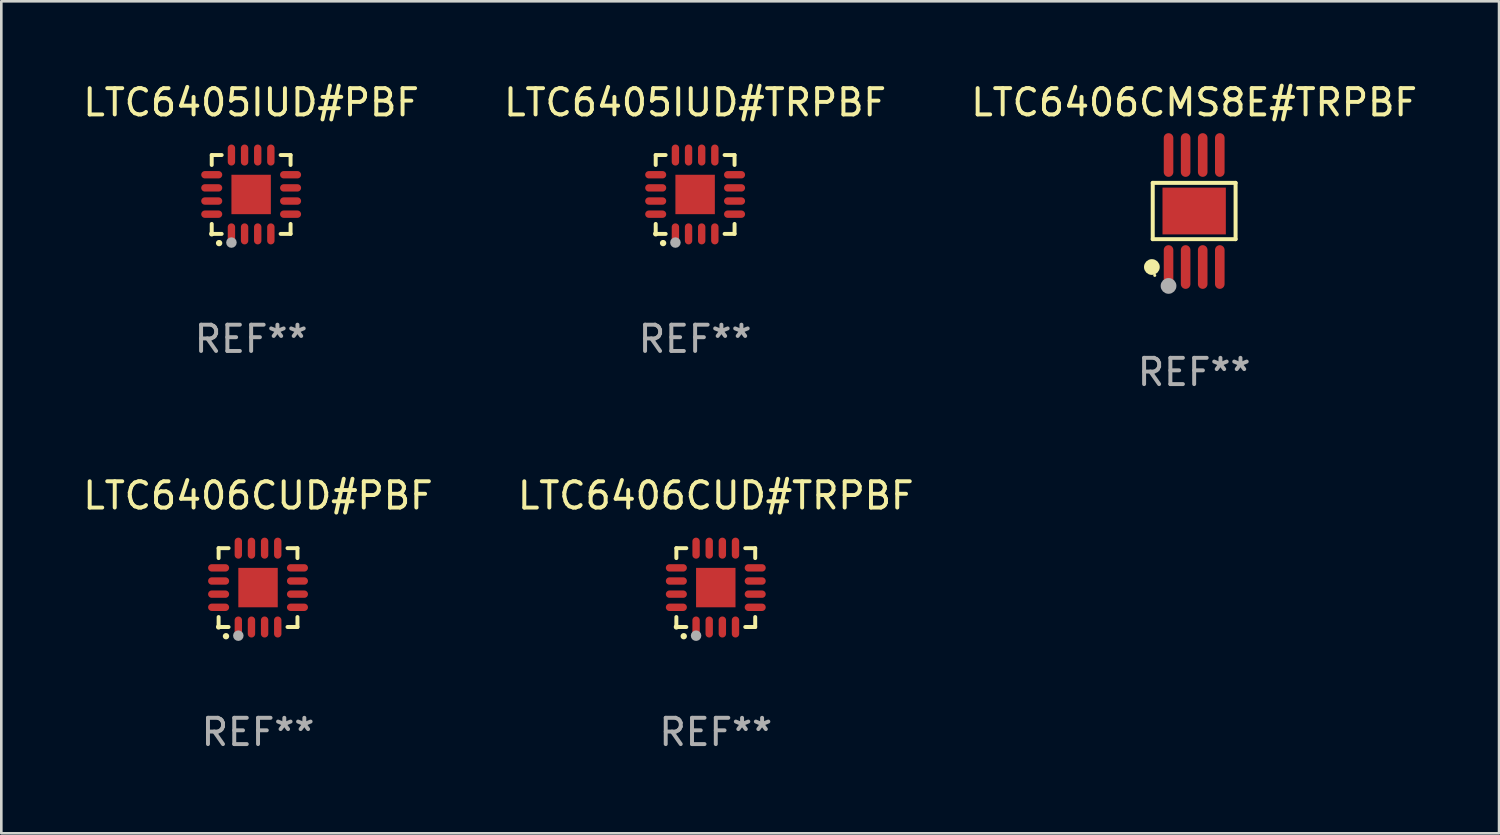
<source format=kicad_pcb>
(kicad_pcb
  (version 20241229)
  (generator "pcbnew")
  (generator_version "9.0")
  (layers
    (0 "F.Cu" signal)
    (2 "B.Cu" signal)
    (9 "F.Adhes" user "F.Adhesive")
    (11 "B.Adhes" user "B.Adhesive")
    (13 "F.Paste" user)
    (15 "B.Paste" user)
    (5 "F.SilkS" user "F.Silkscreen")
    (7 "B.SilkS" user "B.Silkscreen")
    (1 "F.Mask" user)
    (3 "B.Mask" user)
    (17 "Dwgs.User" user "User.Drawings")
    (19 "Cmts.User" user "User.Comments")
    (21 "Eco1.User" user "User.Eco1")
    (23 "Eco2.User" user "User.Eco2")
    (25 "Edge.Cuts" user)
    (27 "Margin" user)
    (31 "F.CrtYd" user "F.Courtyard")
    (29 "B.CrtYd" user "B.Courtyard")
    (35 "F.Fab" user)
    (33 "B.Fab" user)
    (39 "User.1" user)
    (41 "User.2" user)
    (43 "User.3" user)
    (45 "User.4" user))
  (footprint "LTC6406CUD#PBF"
    (layer "F.Cu")
    (at 6.768 19.307)
    (property "Reference" "LTC6406CUD#PBF" (at 0 -3.5 0) (layer "F.SilkS") (effects (font (size 1 1) (thickness 0.15))))
    (attr through_hole)
    (fp_line (start -1.5 -1.5) (end -1.121 -1.5) (stroke (width 0.15) (type solid)) (layer "F.SilkS"))
    (fp_line (start -1.5 -1.122) (end -1.5 -1.5) (stroke (width 0.15) (type solid)) (layer "F.SilkS"))
    (fp_line (start -1.5 1.5) (end -1.5 1.121) (stroke (width 0.15) (type solid)) (layer "F.SilkS"))
    (fp_line (start -1.121 1.5) (end -1.5 1.5) (stroke (width 0.15) (type solid)) (layer "F.SilkS"))
    (fp_line (start 1.121 -1.5) (end 1.5 -1.5) (stroke (width 0.15) (type solid)) (layer "F.SilkS"))
    (fp_line (start 1.5 -1.5) (end 1.5 -1.122) (stroke (width 0.15) (type solid)) (layer "F.SilkS"))
    (fp_line (start 1.5 1.121) (end 1.5 1.5) (stroke (width 0.15) (type solid)) (layer "F.SilkS"))
    (fp_line (start 1.5 1.5) (end 1.121 1.5) (stroke (width 0.15) (type solid)) (layer "F.SilkS"))
    (fp_arc (start -1.219926 1.850254) (mid -1.21891 1.85025) (end -1.217894 1.850254) (stroke (width 0.240005) (type solid)) (layer "F.SilkS"))
    (fp_circle (center -1.5 1.5) (end -1.45 1.5) (stroke (width 0.1) (type solid)) (fill no) (layer "F.SilkS"))
    (fp_circle (center -0.75 1.83) (end -0.65 1.83) (stroke (width 0.2) (type solid)) (fill no) (layer "F.Fab"))
    (fp_text user "REF**" (at 0 5.5 0) (layer "F.Fab") (effects (font (size 1 1) (thickness 0.15))))
    (pad "1" smd oval (at -0.75 1.5) (size 0.28 0.8) (layers "F.Cu" "F.Mask" "F.Paste"))
    (pad "2" smd oval (at -0.25 1.5) (size 0.28 0.8) (layers "F.Cu" "F.Mask" "F.Paste"))
    (pad "3" smd oval (at 0.25 1.5) (size 0.28 0.8) (layers "F.Cu" "F.Mask" "F.Paste"))
    (pad "4" smd oval (at 0.75 1.5) (size 0.28 0.8) (layers "F.Cu" "F.Mask" "F.Paste"))
    (pad "5" smd oval (at 1.5 0.75) (size 0.8 0.28) (layers "F.Cu" "F.Mask" "F.Paste"))
    (pad "6" smd oval (at 1.5 0.25) (size 0.8 0.28) (layers "F.Cu" "F.Mask" "F.Paste"))
    (pad "7" smd oval (at 1.5 -0.25) (size 0.8 0.28) (layers "F.Cu" "F.Mask" "F.Paste"))
    (pad "8" smd oval (at 1.5 -0.75) (size 0.8 0.28) (layers "F.Cu" "F.Mask" "F.Paste"))
    (pad "9" smd oval (at 0.75 -1.5) (size 0.28 0.8) (layers "F.Cu" "F.Mask" "F.Paste"))
    (pad "10" smd oval (at 0.25 -1.5) (size 0.28 0.8) (layers "F.Cu" "F.Mask" "F.Paste"))
    (pad "11" smd oval (at -0.25 -1.5) (size 0.28 0.8) (layers "F.Cu" "F.Mask" "F.Paste"))
    (pad "12" smd oval (at -0.75 -1.5) (size 0.28 0.8) (layers "F.Cu" "F.Mask" "F.Paste"))
    (pad "13" smd oval (at -1.5 -0.75) (size 0.8 0.28) (layers "F.Cu" "F.Mask" "F.Paste"))
    (pad "14" smd oval (at -1.5 -0.25) (size 0.8 0.28) (layers "F.Cu" "F.Mask" "F.Paste"))
    (pad "15" smd oval (at -1.5 0.25) (size 0.8 0.28) (layers "F.Cu" "F.Mask" "F.Paste"))
    (pad "16" smd oval (at -1.5 0.75) (size 0.8 0.28) (layers "F.Cu" "F.Mask" "F.Paste"))
    (pad "17" smd rect (at -0.000064 0.000165) (size 1.5 1.5) (layers "F.Cu" "F.Mask" "F.Paste")))
  (footprint "LTC6405IUD#TRPBF"
    (layer "F.Cu")
    (at 23.399 4.349)
    (property "Reference" "LTC6405IUD#TRPBF" (at 0 -3.5 0) (layer "F.SilkS") (effects (font (size 1 1) (thickness 0.15))))
    (attr through_hole)
    (fp_line (start -1.5 -1.5) (end -1.121 -1.5) (stroke (width 0.15) (type solid)) (layer "F.SilkS"))
    (fp_line (start -1.5 -1.122) (end -1.5 -1.5) (stroke (width 0.15) (type solid)) (layer "F.SilkS"))
    (fp_line (start -1.5 1.5) (end -1.5 1.121) (stroke (width 0.15) (type solid)) (layer "F.SilkS"))
    (fp_line (start -1.121 1.5) (end -1.5 1.5) (stroke (width 0.15) (type solid)) (layer "F.SilkS"))
    (fp_line (start 1.121 -1.5) (end 1.5 -1.5) (stroke (width 0.15) (type solid)) (layer "F.SilkS"))
    (fp_line (start 1.5 -1.5) (end 1.5 -1.122) (stroke (width 0.15) (type solid)) (layer "F.SilkS"))
    (fp_line (start 1.5 1.121) (end 1.5 1.5) (stroke (width 0.15) (type solid)) (layer "F.SilkS"))
    (fp_line (start 1.5 1.5) (end 1.121 1.5) (stroke (width 0.15) (type solid)) (layer "F.SilkS"))
    (fp_arc (start -1.219926 1.850254) (mid -1.21891 1.85025) (end -1.217894 1.850254) (stroke (width 0.240005) (type solid)) (layer "F.SilkS"))
    (fp_circle (center -1.5 1.5) (end -1.45 1.5) (stroke (width 0.1) (type solid)) (fill no) (layer "F.SilkS"))
    (fp_circle (center -0.75 1.83) (end -0.65 1.83) (stroke (width 0.2) (type solid)) (fill no) (layer "F.Fab"))
    (fp_text user "REF**" (at 0 5.5 0) (layer "F.Fab") (effects (font (size 1 1) (thickness 0.15))))
    (pad "1" smd oval (at -0.75 1.5) (size 0.28 0.8) (layers "F.Cu" "F.Mask" "F.Paste"))
    (pad "2" smd oval (at -0.25 1.5) (size 0.28 0.8) (layers "F.Cu" "F.Mask" "F.Paste"))
    (pad "3" smd oval (at 0.25 1.5) (size 0.28 0.8) (layers "F.Cu" "F.Mask" "F.Paste"))
    (pad "4" smd oval (at 0.75 1.5) (size 0.28 0.8) (layers "F.Cu" "F.Mask" "F.Paste"))
    (pad "5" smd oval (at 1.5 0.75) (size 0.8 0.28) (layers "F.Cu" "F.Mask" "F.Paste"))
    (pad "6" smd oval (at 1.5 0.25) (size 0.8 0.28) (layers "F.Cu" "F.Mask" "F.Paste"))
    (pad "7" smd oval (at 1.5 -0.25) (size 0.8 0.28) (layers "F.Cu" "F.Mask" "F.Paste"))
    (pad "8" smd oval (at 1.5 -0.75) (size 0.8 0.28) (layers "F.Cu" "F.Mask" "F.Paste"))
    (pad "9" smd oval (at 0.75 -1.5) (size 0.28 0.8) (layers "F.Cu" "F.Mask" "F.Paste"))
    (pad "10" smd oval (at 0.25 -1.5) (size 0.28 0.8) (layers "F.Cu" "F.Mask" "F.Paste"))
    (pad "11" smd oval (at -0.25 -1.5) (size 0.28 0.8) (layers "F.Cu" "F.Mask" "F.Paste"))
    (pad "12" smd oval (at -0.75 -1.5) (size 0.28 0.8) (layers "F.Cu" "F.Mask" "F.Paste"))
    (pad "13" smd oval (at -1.5 -0.75) (size 0.8 0.28) (layers "F.Cu" "F.Mask" "F.Paste"))
    (pad "14" smd oval (at -1.5 -0.25) (size 0.8 0.28) (layers "F.Cu" "F.Mask" "F.Paste"))
    (pad "15" smd oval (at -1.5 0.25) (size 0.8 0.28) (layers "F.Cu" "F.Mask" "F.Paste"))
    (pad "16" smd oval (at -1.5 0.75) (size 0.8 0.28) (layers "F.Cu" "F.Mask" "F.Paste"))
    (pad "17" smd rect (at -0.000064 0.000165) (size 1.5 1.5) (layers "F.Cu" "F.Mask" "F.Paste")))
  (footprint "LTC6405IUD#PBF"
    (layer "F.Cu")
    (at 6.506 4.349)
    (property "Reference" "LTC6405IUD#PBF" (at 0 -3.5 0) (layer "F.SilkS") (effects (font (size 1 1) (thickness 0.15))))
    (attr through_hole)
    (fp_line (start -1.5 -1.5) (end -1.121 -1.5) (stroke (width 0.15) (type solid)) (layer "F.SilkS"))
    (fp_line (start -1.5 -1.122) (end -1.5 -1.5) (stroke (width 0.15) (type solid)) (layer "F.SilkS"))
    (fp_line (start -1.5 1.5) (end -1.5 1.121) (stroke (width 0.15) (type solid)) (layer "F.SilkS"))
    (fp_line (start -1.121 1.5) (end -1.5 1.5) (stroke (width 0.15) (type solid)) (layer "F.SilkS"))
    (fp_line (start 1.121 -1.5) (end 1.5 -1.5) (stroke (width 0.15) (type solid)) (layer "F.SilkS"))
    (fp_line (start 1.5 -1.5) (end 1.5 -1.122) (stroke (width 0.15) (type solid)) (layer "F.SilkS"))
    (fp_line (start 1.5 1.121) (end 1.5 1.5) (stroke (width 0.15) (type solid)) (layer "F.SilkS"))
    (fp_line (start 1.5 1.5) (end 1.121 1.5) (stroke (width 0.15) (type solid)) (layer "F.SilkS"))
    (fp_arc (start -1.219926 1.850254) (mid -1.21891 1.85025) (end -1.217894 1.850254) (stroke (width 0.240005) (type solid)) (layer "F.SilkS"))
    (fp_circle (center -1.5 1.5) (end -1.45 1.5) (stroke (width 0.1) (type solid)) (fill no) (layer "F.SilkS"))
    (fp_circle (center -0.75 1.83) (end -0.65 1.83) (stroke (width 0.2) (type solid)) (fill no) (layer "F.Fab"))
    (fp_text user "REF**" (at 0 5.5 0) (layer "F.Fab") (effects (font (size 1 1) (thickness 0.15))))
    (pad "1" smd oval (at -0.75 1.5) (size 0.28 0.8) (layers "F.Cu" "F.Mask" "F.Paste"))
    (pad "2" smd oval (at -0.25 1.5) (size 0.28 0.8) (layers "F.Cu" "F.Mask" "F.Paste"))
    (pad "3" smd oval (at 0.25 1.5) (size 0.28 0.8) (layers "F.Cu" "F.Mask" "F.Paste"))
    (pad "4" smd oval (at 0.75 1.5) (size 0.28 0.8) (layers "F.Cu" "F.Mask" "F.Paste"))
    (pad "5" smd oval (at 1.5 0.75) (size 0.8 0.28) (layers "F.Cu" "F.Mask" "F.Paste"))
    (pad "6" smd oval (at 1.5 0.25) (size 0.8 0.28) (layers "F.Cu" "F.Mask" "F.Paste"))
    (pad "7" smd oval (at 1.5 -0.25) (size 0.8 0.28) (layers "F.Cu" "F.Mask" "F.Paste"))
    (pad "8" smd oval (at 1.5 -0.75) (size 0.8 0.28) (layers "F.Cu" "F.Mask" "F.Paste"))
    (pad "9" smd oval (at 0.75 -1.5) (size 0.28 0.8) (layers "F.Cu" "F.Mask" "F.Paste"))
    (pad "10" smd oval (at 0.25 -1.5) (size 0.28 0.8) (layers "F.Cu" "F.Mask" "F.Paste"))
    (pad "11" smd oval (at -0.25 -1.5) (size 0.28 0.8) (layers "F.Cu" "F.Mask" "F.Paste"))
    (pad "12" smd oval (at -0.75 -1.5) (size 0.28 0.8) (layers "F.Cu" "F.Mask" "F.Paste"))
    (pad "13" smd oval (at -1.5 -0.75) (size 0.8 0.28) (layers "F.Cu" "F.Mask" "F.Paste"))
    (pad "14" smd oval (at -1.5 -0.25) (size 0.8 0.28) (layers "F.Cu" "F.Mask" "F.Paste"))
    (pad "15" smd oval (at -1.5 0.25) (size 0.8 0.28) (layers "F.Cu" "F.Mask" "F.Paste"))
    (pad "16" smd oval (at -1.5 0.75) (size 0.8 0.28) (layers "F.Cu" "F.Mask" "F.Paste"))
    (pad "17" smd rect (at -0.000064 0.000165) (size 1.5 1.5) (layers "F.Cu" "F.Mask" "F.Paste")))
  (footprint "LTC6406CUD#TRPBF"
    (layer "F.Cu")
    (at 24.185 19.307)
    (property "Reference" "LTC6406CUD#TRPBF" (at 0 -3.5 0) (layer "F.SilkS") (effects (font (size 1 1) (thickness 0.15))))
    (attr through_hole)
    (fp_line (start -1.5 -1.5) (end -1.121 -1.5) (stroke (width 0.15) (type solid)) (layer "F.SilkS"))
    (fp_line (start -1.5 -1.122) (end -1.5 -1.5) (stroke (width 0.15) (type solid)) (layer "F.SilkS"))
    (fp_line (start -1.5 1.5) (end -1.5 1.121) (stroke (width 0.15) (type solid)) (layer "F.SilkS"))
    (fp_line (start -1.121 1.5) (end -1.5 1.5) (stroke (width 0.15) (type solid)) (layer "F.SilkS"))
    (fp_line (start 1.121 -1.5) (end 1.5 -1.5) (stroke (width 0.15) (type solid)) (layer "F.SilkS"))
    (fp_line (start 1.5 -1.5) (end 1.5 -1.122) (stroke (width 0.15) (type solid)) (layer "F.SilkS"))
    (fp_line (start 1.5 1.121) (end 1.5 1.5) (stroke (width 0.15) (type solid)) (layer "F.SilkS"))
    (fp_line (start 1.5 1.5) (end 1.121 1.5) (stroke (width 0.15) (type solid)) (layer "F.SilkS"))
    (fp_arc (start -1.219926 1.850254) (mid -1.21891 1.85025) (end -1.217894 1.850254) (stroke (width 0.240005) (type solid)) (layer "F.SilkS"))
    (fp_circle (center -1.5 1.5) (end -1.45 1.5) (stroke (width 0.1) (type solid)) (fill no) (layer "F.SilkS"))
    (fp_circle (center -0.75 1.83) (end -0.65 1.83) (stroke (width 0.2) (type solid)) (fill no) (layer "F.Fab"))
    (fp_text user "REF**" (at 0 5.5 0) (layer "F.Fab") (effects (font (size 1 1) (thickness 0.15))))
    (pad "1" smd oval (at -0.75 1.5) (size 0.28 0.8) (layers "F.Cu" "F.Mask" "F.Paste"))
    (pad "2" smd oval (at -0.25 1.5) (size 0.28 0.8) (layers "F.Cu" "F.Mask" "F.Paste"))
    (pad "3" smd oval (at 0.25 1.5) (size 0.28 0.8) (layers "F.Cu" "F.Mask" "F.Paste"))
    (pad "4" smd oval (at 0.75 1.5) (size 0.28 0.8) (layers "F.Cu" "F.Mask" "F.Paste"))
    (pad "5" smd oval (at 1.5 0.75) (size 0.8 0.28) (layers "F.Cu" "F.Mask" "F.Paste"))
    (pad "6" smd oval (at 1.5 0.25) (size 0.8 0.28) (layers "F.Cu" "F.Mask" "F.Paste"))
    (pad "7" smd oval (at 1.5 -0.25) (size 0.8 0.28) (layers "F.Cu" "F.Mask" "F.Paste"))
    (pad "8" smd oval (at 1.5 -0.75) (size 0.8 0.28) (layers "F.Cu" "F.Mask" "F.Paste"))
    (pad "9" smd oval (at 0.75 -1.5) (size 0.28 0.8) (layers "F.Cu" "F.Mask" "F.Paste"))
    (pad "10" smd oval (at 0.25 -1.5) (size 0.28 0.8) (layers "F.Cu" "F.Mask" "F.Paste"))
    (pad "11" smd oval (at -0.25 -1.5) (size 0.28 0.8) (layers "F.Cu" "F.Mask" "F.Paste"))
    (pad "12" smd oval (at -0.75 -1.5) (size 0.28 0.8) (layers "F.Cu" "F.Mask" "F.Paste"))
    (pad "13" smd oval (at -1.5 -0.75) (size 0.8 0.28) (layers "F.Cu" "F.Mask" "F.Paste"))
    (pad "14" smd oval (at -1.5 -0.25) (size 0.8 0.28) (layers "F.Cu" "F.Mask" "F.Paste"))
    (pad "15" smd oval (at -1.5 0.25) (size 0.8 0.28) (layers "F.Cu" "F.Mask" "F.Paste"))
    (pad "16" smd oval (at -1.5 0.75) (size 0.8 0.28) (layers "F.Cu" "F.Mask" "F.Paste"))
    (pad "17" smd rect (at -0.000064 0.000165) (size 1.5 1.5) (layers "F.Cu" "F.Mask" "F.Paste")))
  (footprint "LTC6406CMS8E#TRPBF"
    (layer "F.Cu")
    (at 42.387 4.979)
    (property "Reference" "LTC6406CMS8E#TRPBF" (at 0 -4.131 0) (layer "F.SilkS") (effects (font (size 1 1) (thickness 0.15))))
    (attr through_hole)
    (fp_line (start -1.576 -1.071) (end 1.576 -1.071) (stroke (width 0.152) (type solid)) (layer "F.SilkS"))
    (fp_line (start -1.576 1.071) (end -1.576 -1.071) (stroke (width 0.152) (type solid)) (layer "F.SilkS"))
    (fp_line (start 1.576 -1.071) (end 1.576 1.071) (stroke (width 0.152) (type solid)) (layer "F.SilkS"))
    (fp_line (start 1.576 1.071) (end -1.576 1.071) (stroke (width 0.152) (type solid)) (layer "F.SilkS"))
    (fp_circle (center -1.609 2.131) (end -1.459 2.131) (stroke (width 0.3) (type solid)) (fill no) (layer "F.SilkS"))
    (fp_circle (center -1.5 2.45) (end -1.47 2.45) (stroke (width 0.06) (type solid)) (fill no) (layer "F.SilkS"))
    (fp_circle (center -0.975 2.85) (end -0.825 2.85) (stroke (width 0.3) (type solid)) (fill no) (layer "F.Fab"))
    (fp_text user "REF**" (at 0 6.131 0) (layer "F.Fab") (effects (font (size 1 1) (thickness 0.15))))
    (pad "1" smd oval (at -0.975 2.131) (size 0.364 1.662) (layers "F.Cu" "F.Mask" "F.Paste"))
    (pad "2" smd oval (at -0.325 2.131) (size 0.364 1.662) (layers "F.Cu" "F.Mask" "F.Paste"))
    (pad "3" smd oval (at 0.325 2.131) (size 0.364 1.662) (layers "F.Cu" "F.Mask" "F.Paste"))
    (pad "4" smd oval (at 0.975 2.131) (size 0.364 1.662) (layers "F.Cu" "F.Mask" "F.Paste"))
    (pad "5" smd oval (at 0.975 -2.131) (size 0.364 1.662) (layers "F.Cu" "F.Mask" "F.Paste"))
    (pad "6" smd oval (at 0.325 -2.131) (size 0.364 1.662) (layers "F.Cu" "F.Mask" "F.Paste"))
    (pad "7" smd oval (at -0.325 -2.131) (size 0.364 1.662) (layers "F.Cu" "F.Mask" "F.Paste"))
    (pad "8" smd oval (at -0.975 -2.131) (size 0.364 1.662) (layers "F.Cu" "F.Mask" "F.Paste"))
    (pad "9" smd rect (at 0 0) (size 2.41 1.78) (layers "F.Cu" "F.Mask" "F.Paste")))
  (gr_rect
    (start -3 -3)
    (end 53.988 28.656)
    (stroke (width 0.1) (type default))
    (fill no)
    (layer "Edge.Cuts")))
</source>
